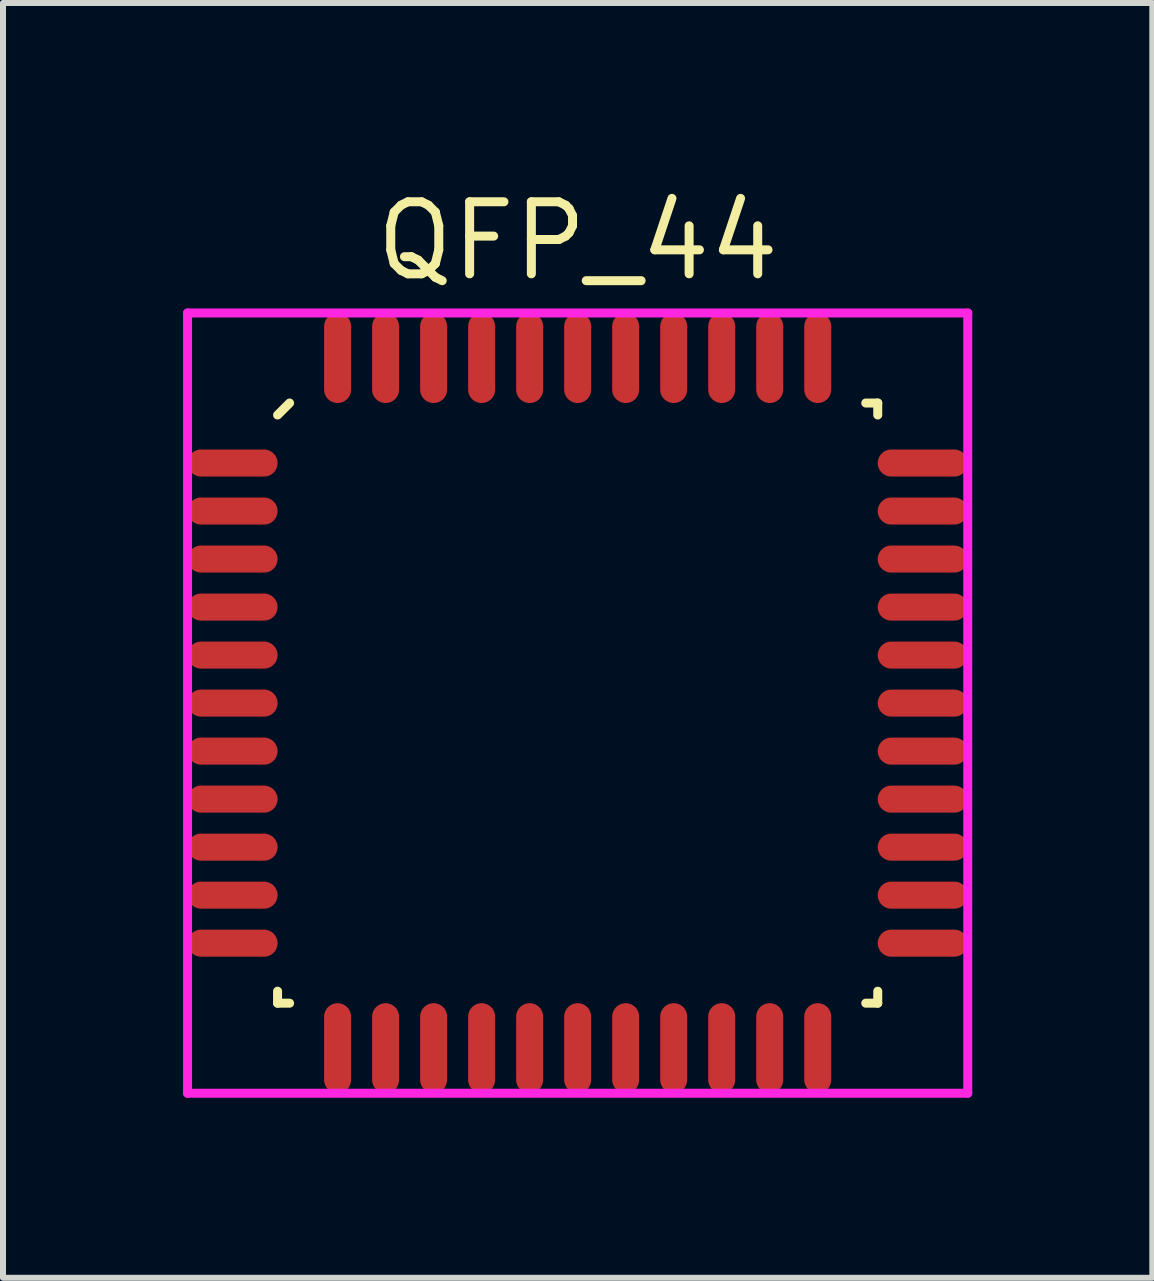
<source format=kicad_pcb>
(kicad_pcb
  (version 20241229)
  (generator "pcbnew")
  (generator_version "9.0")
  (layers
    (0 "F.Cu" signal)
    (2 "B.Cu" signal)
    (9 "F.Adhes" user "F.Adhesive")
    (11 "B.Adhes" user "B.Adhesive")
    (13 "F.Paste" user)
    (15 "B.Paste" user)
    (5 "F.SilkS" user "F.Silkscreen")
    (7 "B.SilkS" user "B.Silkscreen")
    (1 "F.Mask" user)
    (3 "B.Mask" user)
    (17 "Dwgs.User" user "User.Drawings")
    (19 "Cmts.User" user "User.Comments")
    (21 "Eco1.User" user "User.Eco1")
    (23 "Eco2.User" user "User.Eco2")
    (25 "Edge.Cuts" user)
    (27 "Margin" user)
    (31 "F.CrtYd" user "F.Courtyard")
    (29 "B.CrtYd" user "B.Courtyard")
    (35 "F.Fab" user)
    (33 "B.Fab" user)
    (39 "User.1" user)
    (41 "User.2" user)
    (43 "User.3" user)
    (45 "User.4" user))
  (footprint "QFP_44"
    (layer "F.Cu")
    (at 6.575 8.665)
    (property "Reference" "QFP_44" (at 0 -7.7 0) (layer "F.SilkS") (effects (font (size 1.2 1.2) (thickness 0.15))))
    (attr through_hole)
    (fp_line (start -5 -4.8) (end -4.8 -5) (stroke (width 0.15) (type solid)) (layer "F.SilkS"))
    (fp_line (start -5 5) (end -5 4.8) (stroke (width 0.15) (type solid)) (layer "F.SilkS"))
    (fp_line (start -4.8 5) (end -5 5) (stroke (width 0.15) (type solid)) (layer "F.SilkS"))
    (fp_line (start 4.8 -5) (end 5 -5) (stroke (width 0.15) (type solid)) (layer "F.SilkS"))
    (fp_line (start 4.8 5) (end 5 5) (stroke (width 0.15) (type solid)) (layer "F.SilkS"))
    (fp_line (start 5 -5) (end 5 -4.8) (stroke (width 0.15) (type solid)) (layer "F.SilkS"))
    (fp_line (start 5 5) (end 5 4.8) (stroke (width 0.15) (type solid)) (layer "F.SilkS"))
    (fp_line (start -6.5 -6.5) (end 6.5 -6.5) (stroke (width 0.15) (type solid)) (layer "F.CrtYd"))
    (fp_line (start -6.5 6.5) (end -6.5 -6.5) (stroke (width 0.15) (type solid)) (layer "F.CrtYd"))
    (fp_line (start 6.5 -6.5) (end 6.5 6.5) (stroke (width 0.15) (type solid)) (layer "F.CrtYd"))
    (fp_line (start 6.5 6.5) (end -6.5 6.5) (stroke (width 0.15) (type solid)) (layer "F.CrtYd"))
    (pad "1" smd oval (at -5.75 -4 90) (size 0.45 1.5) (layers "F.Cu" "F.Mask" "F.Paste"))
    (pad "2" smd oval (at -5.75 -3.2 90) (size 0.45 1.5) (layers "F.Cu" "F.Mask" "F.Paste"))
    (pad "3" smd oval (at -5.75 -2.4 90) (size 0.45 1.5) (layers "F.Cu" "F.Mask" "F.Paste"))
    (pad "4" smd oval (at -5.75 -1.6 90) (size 0.45 1.5) (layers "F.Cu" "F.Mask" "F.Paste"))
    (pad "5" smd oval (at -5.75 -0.8 90) (size 0.45 1.5) (layers "F.Cu" "F.Mask" "F.Paste"))
    (pad "6" smd oval (at -5.75 0 90) (size 0.45 1.5) (layers "F.Cu" "F.Mask" "F.Paste"))
    (pad "7" smd oval (at -5.75 0.8 90) (size 0.45 1.5) (layers "F.Cu" "F.Mask" "F.Paste"))
    (pad "8" smd oval (at -5.75 1.6 90) (size 0.45 1.5) (layers "F.Cu" "F.Mask" "F.Paste"))
    (pad "9" smd oval (at -5.75 2.4 90) (size 0.45 1.5) (layers "F.Cu" "F.Mask" "F.Paste"))
    (pad "10" smd oval (at -5.75 3.2 90) (size 0.45 1.5) (layers "F.Cu" "F.Mask" "F.Paste"))
    (pad "11" smd oval (at -5.75 4 90) (size 0.45 1.5) (layers "F.Cu" "F.Mask" "F.Paste"))
    (pad "12" smd oval (at -4 5.75) (size 0.45 1.5) (layers "F.Cu" "F.Mask" "F.Paste"))
    (pad "13" smd oval (at -3.2 5.75) (size 0.45 1.5) (layers "F.Cu" "F.Mask" "F.Paste"))
    (pad "14" smd oval (at -2.4 5.75) (size 0.45 1.5) (layers "F.Cu" "F.Mask" "F.Paste"))
    (pad "15" smd oval (at -1.6 5.75) (size 0.45 1.5) (layers "F.Cu" "F.Mask" "F.Paste"))
    (pad "16" smd oval (at -0.8 5.75) (size 0.45 1.5) (layers "F.Cu" "F.Mask" "F.Paste"))
    (pad "17" smd oval (at 0 5.75) (size 0.45 1.5) (layers "F.Cu" "F.Mask" "F.Paste"))
    (pad "18" smd oval (at 0.8 5.75) (size 0.45 1.5) (layers "F.Cu" "F.Mask" "F.Paste"))
    (pad "19" smd oval (at 1.6 5.75) (size 0.45 1.5) (layers "F.Cu" "F.Mask" "F.Paste"))
    (pad "20" smd oval (at 2.4 5.75) (size 0.45 1.5) (layers "F.Cu" "F.Mask" "F.Paste"))
    (pad "21" smd oval (at 3.2 5.75) (size 0.45 1.5) (layers "F.Cu" "F.Mask" "F.Paste"))
    (pad "22" smd oval (at 4 5.75) (size 0.45 1.5) (layers "F.Cu" "F.Mask" "F.Paste"))
    (pad "23" smd oval (at 5.75 4 90) (size 0.45 1.5) (layers "F.Cu" "F.Mask" "F.Paste"))
    (pad "24" smd oval (at 5.75 3.2 90) (size 0.45 1.5) (layers "F.Cu" "F.Mask" "F.Paste"))
    (pad "25" smd oval (at 5.75 2.4 90) (size 0.45 1.5) (layers "F.Cu" "F.Mask" "F.Paste"))
    (pad "26" smd oval (at 5.75 1.6 90) (size 0.45 1.5) (layers "F.Cu" "F.Mask" "F.Paste"))
    (pad "27" smd oval (at 5.75 0.8 90) (size 0.45 1.5) (layers "F.Cu" "F.Mask" "F.Paste"))
    (pad "28" smd oval (at 5.75 0 90) (size 0.45 1.5) (layers "F.Cu" "F.Mask" "F.Paste"))
    (pad "29" smd oval (at 5.75 -0.8 90) (size 0.45 1.5) (layers "F.Cu" "F.Mask" "F.Paste"))
    (pad "30" smd oval (at 5.75 -1.6 90) (size 0.45 1.5) (layers "F.Cu" "F.Mask" "F.Paste"))
    (pad "31" smd oval (at 5.75 -2.4 90) (size 0.45 1.5) (layers "F.Cu" "F.Mask" "F.Paste"))
    (pad "32" smd oval (at 5.75 -3.2 90) (size 0.45 1.5) (layers "F.Cu" "F.Mask" "F.Paste"))
    (pad "33" smd oval (at 5.75 -4 90) (size 0.45 1.5) (layers "F.Cu" "F.Mask" "F.Paste"))
    (pad "34" smd oval (at 4 -5.75) (size 0.45 1.5) (layers "F.Cu" "F.Mask" "F.Paste"))
    (pad "35" smd oval (at 3.2 -5.75) (size 0.45 1.5) (layers "F.Cu" "F.Mask" "F.Paste"))
    (pad "36" smd oval (at 2.4 -5.75) (size 0.45 1.5) (layers "F.Cu" "F.Mask" "F.Paste"))
    (pad "37" smd oval (at 1.6 -5.75) (size 0.45 1.5) (layers "F.Cu" "F.Mask" "F.Paste"))
    (pad "38" smd oval (at 0.8 -5.75) (size 0.45 1.5) (layers "F.Cu" "F.Mask" "F.Paste"))
    (pad "39" smd oval (at 0 -5.75) (size 0.45 1.5) (layers "F.Cu" "F.Mask" "F.Paste"))
    (pad "40" smd oval (at -0.8 -5.75) (size 0.45 1.5) (layers "F.Cu" "F.Mask" "F.Paste"))
    (pad "41" smd oval (at -1.6 -5.75) (size 0.45 1.5) (layers "F.Cu" "F.Mask" "F.Paste"))
    (pad "42" smd oval (at -2.4 -5.75) (size 0.45 1.5) (layers "F.Cu" "F.Mask" "F.Paste"))
    (pad "43" smd oval (at -3.2 -5.75) (size 0.45 1.5) (layers "F.Cu" "F.Mask" "F.Paste"))
    (pad "44" smd oval (at -4 -5.75) (size 0.45 1.5) (layers "F.Cu" "F.Mask" "F.Paste")))
  (gr_rect
    (start -3 -3)
    (end 16.15 18.24)
    (stroke (width 0.1) (type default))
    (fill no)
    (layer "Edge.Cuts")))
</source>
